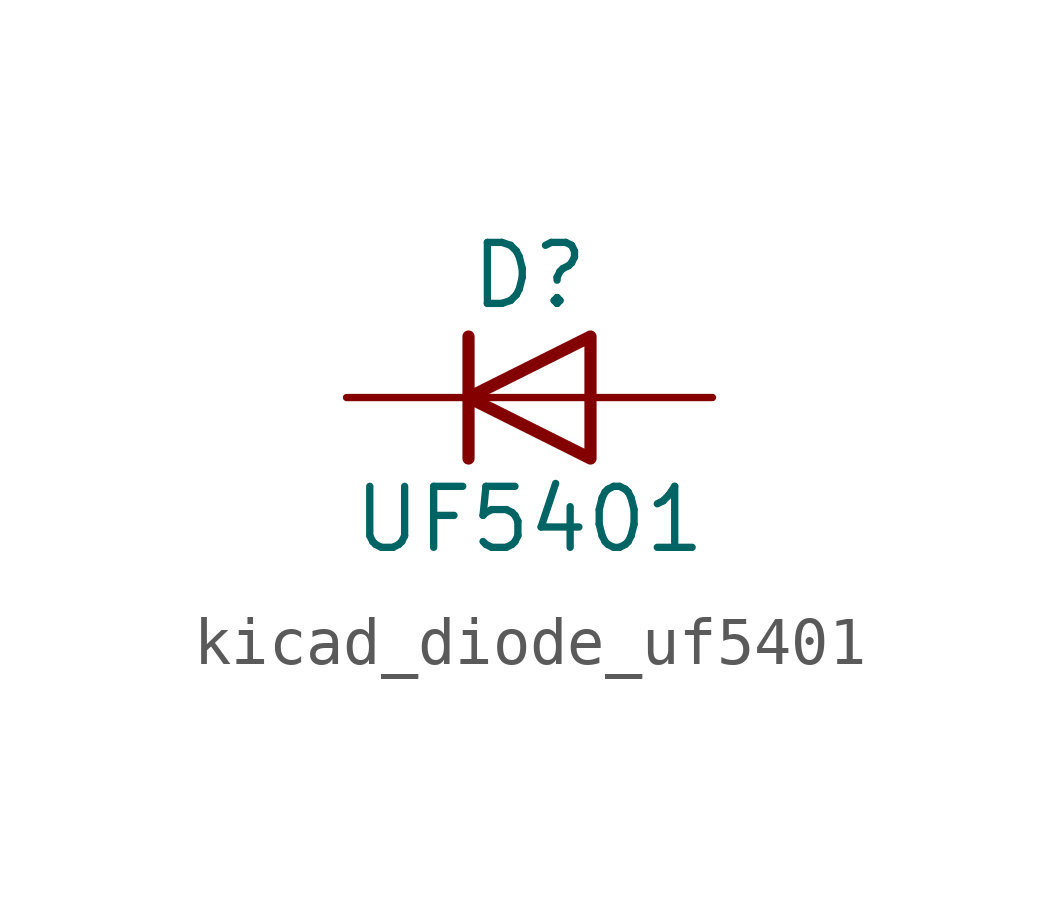
<source format=kicad_sym>
(kicad_symbol_lib
  (version 20220914)
  (generator kicad_symbol_editor)
  (symbol "kicad_diode_uf5401"
    (pin_numbers hide)
    (pin_names hide)
    (property "Reference" "D"
      (at 0 2.54 0)
      (effects (font (size 1.27 1.27))))
    (property "Value" "UF5401"
      (at 0 -2.54 0)
      (effects (font (size 1.27 1.27))))
    (symbol "kicad_diode_uf5401_0_1"
      (polyline (pts (xy -1.27 1.27) (xy -1.27 -1.27)) (stroke (width 0.254) (type default)) (fill (type none)))
      (polyline (pts (xy 1.27 0) (xy -1.27 0)) (stroke (width 0) (type default)) (fill (type none)))
      (polyline (pts (xy 1.27 1.27) (xy 1.27 -1.27) (xy -1.27 0) (xy 1.27 1.27)) (stroke (width 0.254) (type default)) (fill (type none))))
    (symbol "kicad_diode_uf5401_1_1"
      (pin passive line (at -3.81 0 0) (length 2.54) (name "K" (effects (font (size 1.27 1.27)))) (number "1" (effects (font (size 1.27 1.27)))))
      (pin passive line (at 3.81 0 180) (length 2.54) (name "A" (effects (font (size 1.27 1.27)))) (number "2" (effects (font (size 1.27 1.27))))))))
</source>
